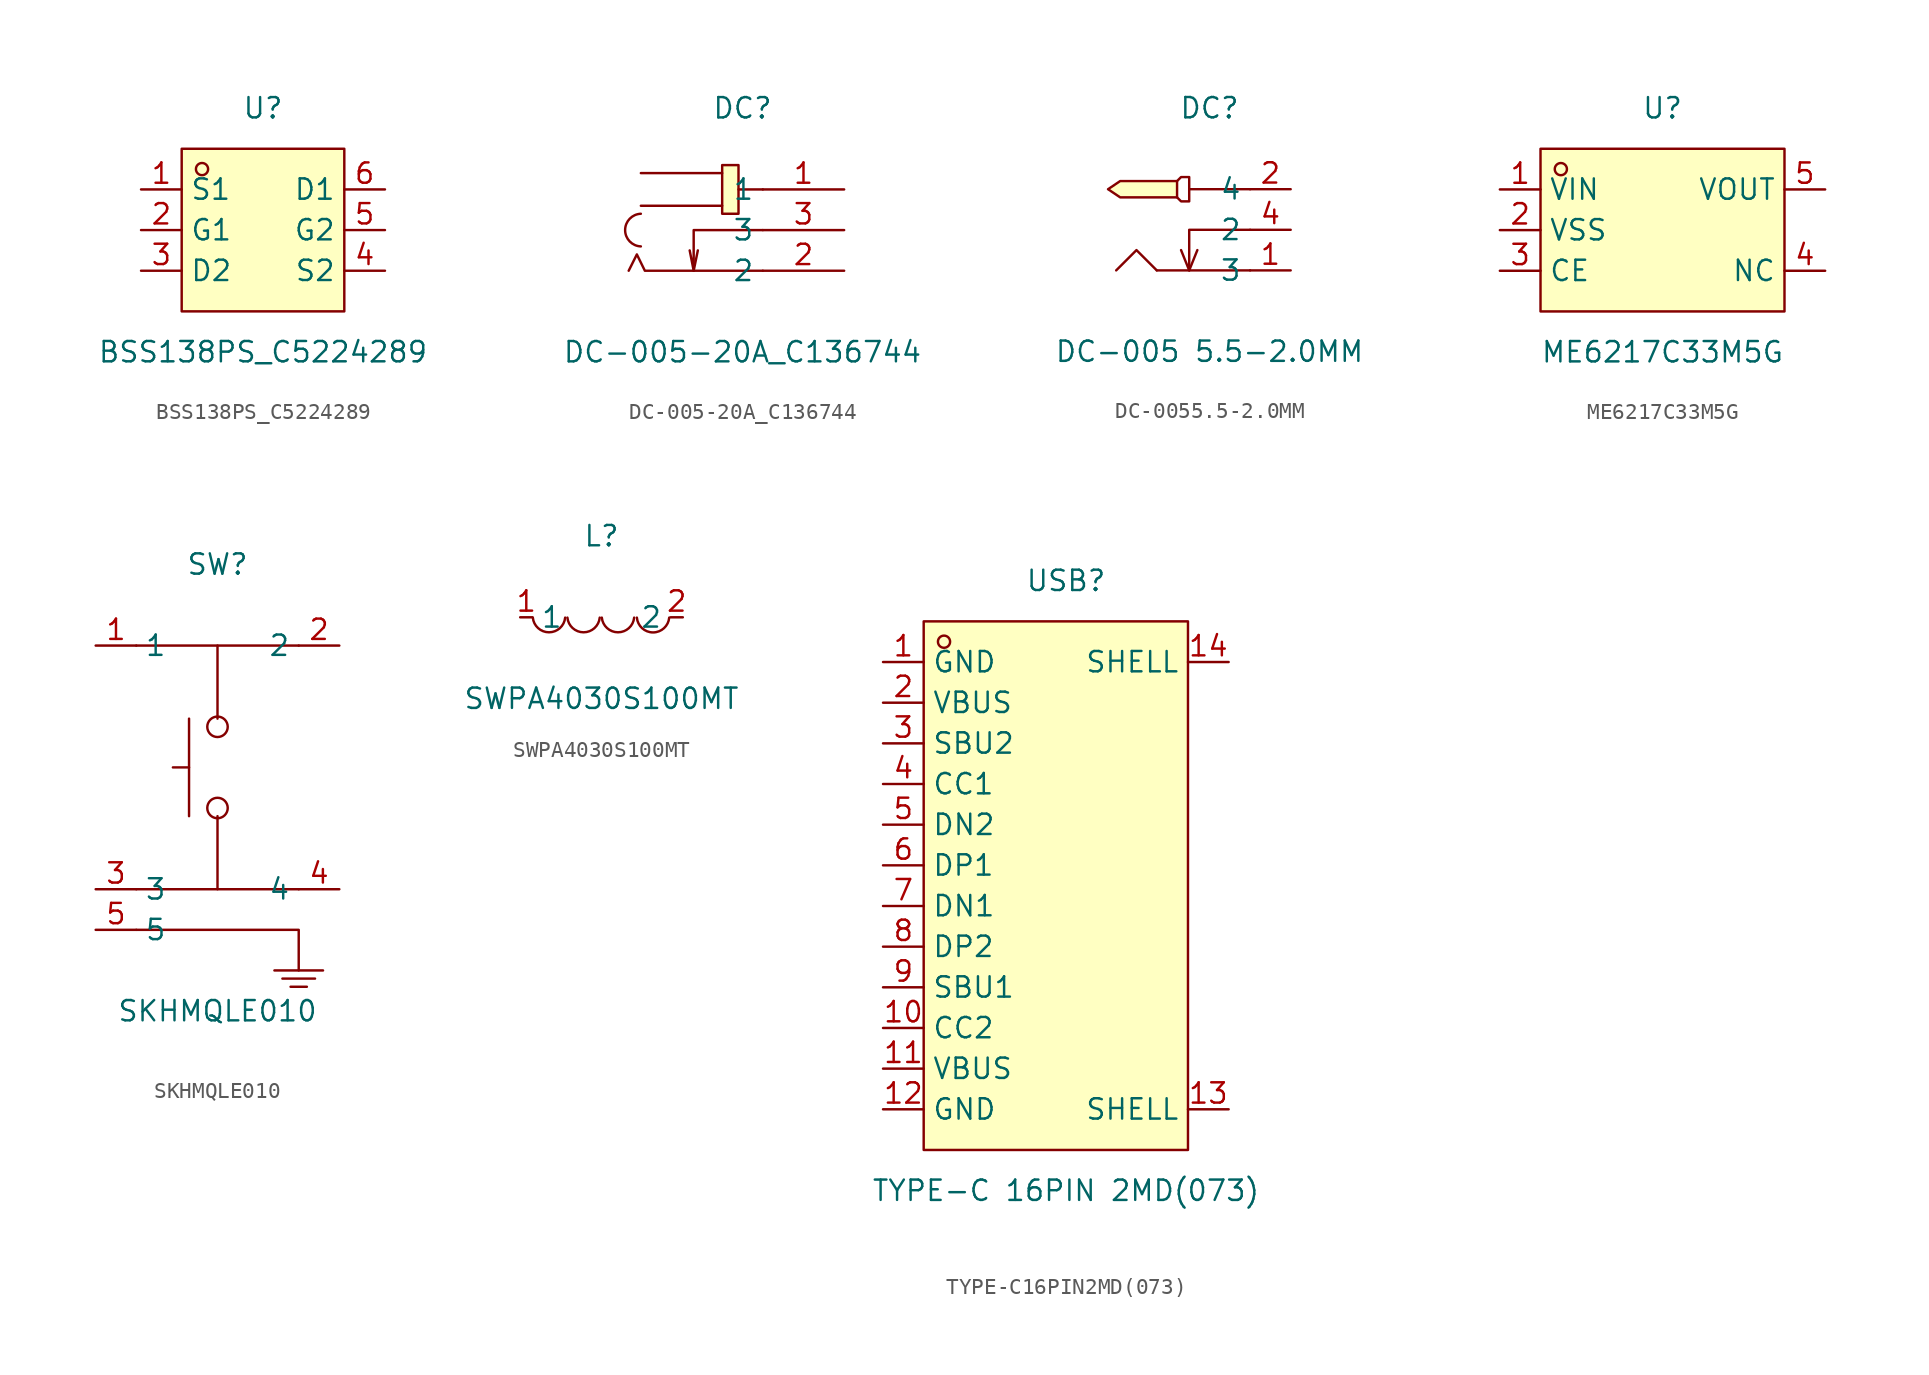
<source format=kicad_sym>
(kicad_symbol_lib
  (version 20211014)
  (generator https://github.com/uPesy/easyeda2kicad.py)
  (symbol "BSS138PS_C5224289"
    (property "Reference" "U"
      (at 0 7.62 0)
      (effects (font (size 1.27 1.27))))
    (property "Value" "BSS138PS_C5224289"
      (at 0 -7.62 0)
      (effects (font (size 1.27 1.27))))
    (symbol "BSS138PS_C5224289_0_1"
      (rectangle (start -5.08 5.08) (end 5.08 -5.08) (stroke (width 0) (type default) (color 0 0 0 0)) (fill (type background)))
      (circle (center -3.81 3.81) (radius 0.38) (stroke (width 0) (type default) (color 0 0 0 0)) (fill (type none)))
      (pin unspecified line (at -7.62 2.54 0) (length 2.54) (name "S1" (effects (font (size 1.27 1.27)))) (number "1" (effects (font (size 1.27 1.27)))))
      (pin unspecified line (at -7.62 -0.00 0) (length 2.54) (name "G1" (effects (font (size 1.27 1.27)))) (number "2" (effects (font (size 1.27 1.27)))))
      (pin unspecified line (at -7.62 -2.54 0) (length 2.54) (name "D2" (effects (font (size 1.27 1.27)))) (number "3" (effects (font (size 1.27 1.27)))))
      (pin unspecified line (at 7.62 -2.54 180) (length 2.54) (name "S2" (effects (font (size 1.27 1.27)))) (number "4" (effects (font (size 1.27 1.27)))))
      (pin unspecified line (at 7.62 -0.00 180) (length 2.54) (name "G2" (effects (font (size 1.27 1.27)))) (number "5" (effects (font (size 1.27 1.27)))))
      (pin unspecified line (at 7.62 2.54 180) (length 2.54) (name "D1" (effects (font (size 1.27 1.27)))) (number "6" (effects (font (size 1.27 1.27)))))))
  (symbol "DC-005-20A_C136744"
    (property "Reference" "DC"
      (at 0 6.35 0)
      (effects (font (size 1.27 1.27))))
    (property "Value" "DC-005-20A_C136744"
      (at 0 -8.89 0)
      (effects (font (size 1.27 1.27))))
    (symbol "DC-005-20A_C136744_0_1"
      (rectangle (start -1.27 2.79) (end -0.25 -0.25) (stroke (width 0) (type default) (color 0 0 0 0)) (fill (type background)))
      (arc (start -6.35 -0.25) (mid -6.14 -0.28) (end -6.35 -2.29) (stroke (width 0) (type default) (color 0 0 0 0)) (fill (type none)))
      (polyline (pts (xy 1.27 1.27) (xy -0.25 1.27)) (stroke (width 0) (type default) (color 0 0 0 0)) (fill (type none)))
      (polyline (pts (xy -1.27 2.29) (xy -6.35 2.29)) (stroke (width 0) (type default) (color 0 0 0 0)) (fill (type none)))
      (polyline (pts (xy -1.27 0.25) (xy -6.35 0.25)) (stroke (width 0) (type default) (color 0 0 0 0)) (fill (type none)))
      (polyline (pts (xy 1.27 -3.81) (xy -6.10 -3.81) (xy -6.60 -2.79) (xy -7.11 -3.81)) (stroke (width 0) (type default) (color 0 0 0 0)) (fill (type none)))
      (polyline (pts (xy 1.27 -1.27) (xy -3.05 -1.27) (xy -3.05 -3.81) (xy -3.30 -2.54)) (stroke (width 0) (type default) (color 0 0 0 0)) (fill (type none)))
      (polyline (pts (xy -3.05 -3.81) (xy -2.79 -2.54)) (stroke (width 0) (type default) (color 0 0 0 0)) (fill (type none)))
      (pin unspecified line (at 6.35 1.27 180) (length 5.08) (name "1" (effects (font (size 1.27 1.27)))) (number "1" (effects (font (size 1.27 1.27)))))
      (pin unspecified line (at 6.35 -3.81 180) (length 5.08) (name "2" (effects (font (size 1.27 1.27)))) (number "2" (effects (font (size 1.27 1.27)))))
      (pin unspecified line (at 6.35 -1.27 180) (length 5.08) (name "3" (effects (font (size 1.27 1.27)))) (number "3" (effects (font (size 1.27 1.27)))))))
  (symbol "DC-0055.5-2.0MM"
    (property "Reference" "DC"
      (at 0 7.62 0)
      (effects (font (size 1.27 1.27))))
    (property "Value" "DC-005 5.5-2.0MM"
      (at 0 -7.62 0)
      (effects (font (size 1.27 1.27))))
    (symbol "DC-0055.5-2.0MM_0_1"
      (polyline (pts (xy -1.27 2.54) (xy 2.54 2.54)) (stroke (width 0) (type default) (color 0 0 0 0)) (fill (type none)))
      (polyline (pts (xy -3.30 -2.54) (xy 2.54 -2.54)) (stroke (width 0) (type default) (color 0 0 0 0)) (fill (type none)))
      (polyline (pts (xy -3.30 -2.54) (xy -4.57 -1.27) (xy -5.84 -2.54) (xy -5.84 -2.54)) (stroke (width 0) (type default) (color 0 0 0 0)) (fill (type none)))
      (polyline (pts (xy -2.03 3.05) (xy -2.03 2.03) (xy -5.59 2.03) (xy -6.35 2.54) (xy -5.59 3.05) (xy -2.03 3.05)) (stroke (width 0) (type default) (color 0 0 0 0)) (fill (type background)))
      (polyline (pts (xy -2.03 3.05) (xy -1.78 3.30) (xy -1.27 3.30) (xy -1.27 1.78) (xy -1.78 1.78) (xy -2.03 2.03)) (stroke (width 0) (type default) (color 0 0 0 0)) (fill (type none)))
      (polyline (pts (xy 2.54 -0.00) (xy -1.27 -0.00) (xy -1.27 -2.54) (xy -1.78 -1.27)) (stroke (width 0) (type default) (color 0 0 0 0)) (fill (type none)))
      (polyline (pts (xy -1.27 -2.54) (xy -0.76 -1.27)) (stroke (width 0) (type default) (color 0 0 0 0)) (fill (type none)))
      (pin unspecified line (at 5.08 -2.54 180) (length 2.54) (name "3" (effects (font (size 1.27 1.27)))) (number "1" (effects (font (size 1.27 1.27)))))
      (pin unspecified line (at 5.08 2.54 180) (length 2.54) (name "4" (effects (font (size 1.27 1.27)))) (number "2" (effects (font (size 1.27 1.27)))))
      (pin unspecified line (at 5.08 -0.00 180) (length 2.54) (name "2" (effects (font (size 1.27 1.27)))) (number "4" (effects (font (size 1.27 1.27)))))))
  (symbol "ME6217C33M5G"
    (property "Reference" "U"
      (at 0 7.62 0)
      (effects (font (size 1.27 1.27))))
    (property "Value" "ME6217C33M5G"
      (at 0 -7.62 0)
      (effects (font (size 1.27 1.27))))
    (symbol "ME6217C33M5G_0_1"
      (rectangle (start -7.62 5.08) (end 7.62 -5.08) (stroke (width 0) (type default) (color 0 0 0 0)) (fill (type background)))
      (circle (center -6.35 3.81) (radius 0.38) (stroke (width 0) (type default) (color 0 0 0 0)) (fill (type none)))
      (pin unspecified line (at -10.16 2.54 0) (length 2.54) (name "VIN" (effects (font (size 1.27 1.27)))) (number "1" (effects (font (size 1.27 1.27)))))
      (pin unspecified line (at -10.16 -0.00 0) (length 2.54) (name "VSS" (effects (font (size 1.27 1.27)))) (number "2" (effects (font (size 1.27 1.27)))))
      (pin unspecified line (at -10.16 -2.54 0) (length 2.54) (name "CE" (effects (font (size 1.27 1.27)))) (number "3" (effects (font (size 1.27 1.27)))))
      (pin unspecified line (at 10.16 -2.54 180) (length 2.54) (name "NC" (effects (font (size 1.27 1.27)))) (number "4" (effects (font (size 1.27 1.27)))))
      (pin unspecified line (at 10.16 2.54 180) (length 2.54) (name "VOUT" (effects (font (size 1.27 1.27)))) (number "5" (effects (font (size 1.27 1.27)))))))
  (symbol "SKHMQLE010"
    (property "Reference" "SW"
      (at 0 13.97 0)
      (effects (font (size 1.27 1.27))))
    (property "Value" "SKHMQLE010"
      (at 0 -13.97 0)
      (effects (font (size 1.27 1.27))))
    (symbol "SKHMQLE010_0_1"
      (circle (center 0.00 3.81) (radius 0.64) (stroke (width 0) (type default) (color 0 0 0 0)) (fill (type none)))
      (circle (center 0.00 -1.27) (radius 0.64) (stroke (width 0) (type default) (color 0 0 0 0)) (fill (type none)))
      (polyline (pts (xy 0.00 4.32) (xy 0.00 8.89)) (stroke (width 0) (type default) (color 0 0 0 0)) (fill (type none)))
      (polyline (pts (xy 0.00 -1.78) (xy 0.00 -6.35)) (stroke (width 0) (type default) (color 0 0 0 0)) (fill (type none)))
      (polyline (pts (xy -5.08 -6.35) (xy 5.08 -6.35)) (stroke (width 0) (type default) (color 0 0 0 0)) (fill (type none)))
      (polyline (pts (xy -5.08 8.89) (xy 5.08 8.89)) (stroke (width 0) (type default) (color 0 0 0 0)) (fill (type none)))
      (polyline (pts (xy -1.78 4.32) (xy -1.78 -1.78)) (stroke (width 0) (type default) (color 0 0 0 0)) (fill (type none)))
      (polyline (pts (xy -2.79 1.27) (xy -1.78 1.27)) (stroke (width 0) (type default) (color 0 0 0 0)) (fill (type none)))
      (polyline (pts (xy -5.08 -8.89) (xy 5.08 -8.89) (xy 5.08 -11.43)) (stroke (width 0) (type default) (color 0 0 0 0)) (fill (type none)))
      (polyline (pts (xy 3.56 -11.43) (xy 6.60 -11.43)) (stroke (width 0) (type default) (color 0 0 0 0)) (fill (type none)))
      (polyline (pts (xy 4.06 -11.94) (xy 6.10 -11.94)) (stroke (width 0) (type default) (color 0 0 0 0)) (fill (type none)))
      (polyline (pts (xy 4.57 -12.45) (xy 5.59 -12.45)) (stroke (width 0) (type default) (color 0 0 0 0)) (fill (type none)))
      (pin unspecified line (at -7.62 8.89 0) (length 2.54) (name "1" (effects (font (size 1.27 1.27)))) (number "1" (effects (font (size 1.27 1.27)))))
      (pin unspecified line (at 7.62 8.89 180) (length 2.54) (name "2" (effects (font (size 1.27 1.27)))) (number "2" (effects (font (size 1.27 1.27)))))
      (pin unspecified line (at -7.62 -6.35 0) (length 2.54) (name "3" (effects (font (size 1.27 1.27)))) (number "3" (effects (font (size 1.27 1.27)))))
      (pin unspecified line (at 7.62 -6.35 180) (length 2.54) (name "4" (effects (font (size 1.27 1.27)))) (number "4" (effects (font (size 1.27 1.27)))))
      (pin unspecified line (at -7.62 -8.89 0) (length 2.54) (name "5" (effects (font (size 1.27 1.27)))) (number "5" (effects (font (size 1.27 1.27)))))))
  (symbol "SWPA4030S100MT"
    (property "Reference" "L"
      (at 0 5.08 0)
      (effects (font (size 1.27 1.27))))
    (property "Value" "SWPA4030S100MT"
      (at 0 -5.08 0)
      (effects (font (size 1.27 1.27))))
    (symbol "SWPA4030S100MT_0_1"
      (arc (start -4.29 -0.02) (mid -2.52 -0.79) (end -2.27 -0.02) (stroke (width 0) (type default) (color 0 0 0 0)) (fill (type none)))
      (arc (start -2.13 -0.02) (mid -0.36 -0.79) (end -0.11 -0.02) (stroke (width 0) (type default) (color 0 0 0 0)) (fill (type none)))
      (arc (start 0.02 -0.02) (mid 1.79 -0.79) (end 2.04 -0.02) (stroke (width 0) (type default) (color 0 0 0 0)) (fill (type none)))
      (arc (start 2.21 -0.02) (mid 3.30 -1.12) (end 4.23 -0.02) (stroke (width 0) (type default) (color 0 0 0 0)) (fill (type none)))
      (pin unspecified line (at 5.08 -0.00 180) (length 0.762) (name "2" (effects (font (size 1.27 1.27)))) (number "2" (effects (font (size 1.27 1.27)))))
      (pin unspecified line (at -5.08 -0.00 0) (length 0.762) (name "1" (effects (font (size 1.27 1.27)))) (number "1" (effects (font (size 1.27 1.27)))))))
  (symbol "TYPE-C16PIN2MD(073)"
    (property "Reference" "USB"
      (at 0 19.05 0)
      (effects (font (size 1.27 1.27))))
    (property "Value" "TYPE-C 16PIN 2MD(073)"
      (at 0 -19.05 0)
      (effects (font (size 1.27 1.27))))
    (symbol "TYPE-C16PIN2MD(073)_0_1"
      (rectangle (start -8.89 16.51) (end 7.62 -16.51) (stroke (width 0) (type default) (color 0 0 0 0)) (fill (type background)))
      (circle (center -7.62 15.24) (radius 0.38) (stroke (width 0) (type default) (color 0 0 0 0)) (fill (type none)))
      (pin unspecified line (at -11.43 13.97 0) (length 2.54) (name "GND" (effects (font (size 1.27 1.27)))) (number "1" (effects (font (size 1.27 1.27)))))
      (pin unspecified line (at -11.43 11.43 0) (length 2.54) (name "VBUS" (effects (font (size 1.27 1.27)))) (number "2" (effects (font (size 1.27 1.27)))))
      (pin unspecified line (at -11.43 8.89 0) (length 2.54) (name "SBU2" (effects (font (size 1.27 1.27)))) (number "3" (effects (font (size 1.27 1.27)))))
      (pin unspecified line (at -11.43 6.35 0) (length 2.54) (name "CC1" (effects (font (size 1.27 1.27)))) (number "4" (effects (font (size 1.27 1.27)))))
      (pin unspecified line (at -11.43 3.81 0) (length 2.54) (name "DN2" (effects (font (size 1.27 1.27)))) (number "5" (effects (font (size 1.27 1.27)))))
      (pin unspecified line (at -11.43 1.27 0) (length 2.54) (name "DP1" (effects (font (size 1.27 1.27)))) (number "6" (effects (font (size 1.27 1.27)))))
      (pin unspecified line (at -11.43 -1.27 0) (length 2.54) (name "DN1" (effects (font (size 1.27 1.27)))) (number "7" (effects (font (size 1.27 1.27)))))
      (pin unspecified line (at -11.43 -3.81 0) (length 2.54) (name "DP2" (effects (font (size 1.27 1.27)))) (number "8" (effects (font (size 1.27 1.27)))))
      (pin unspecified line (at -11.43 -6.35 0) (length 2.54) (name "SBU1" (effects (font (size 1.27 1.27)))) (number "9" (effects (font (size 1.27 1.27)))))
      (pin unspecified line (at -11.43 -8.89 0) (length 2.54) (name "CC2" (effects (font (size 1.27 1.27)))) (number "10" (effects (font (size 1.27 1.27)))))
      (pin unspecified line (at -11.43 -11.43 0) (length 2.54) (name "VBUS" (effects (font (size 1.27 1.27)))) (number "11" (effects (font (size 1.27 1.27)))))
      (pin unspecified line (at -11.43 -13.97 0) (length 2.54) (name "GND" (effects (font (size 1.27 1.27)))) (number "12" (effects (font (size 1.27 1.27)))))
      (pin unspecified line (at 10.16 -13.97 180) (length 2.54) (name "SHELL" (effects (font (size 1.27 1.27)))) (number "13" (effects (font (size 1.27 1.27)))))
      (pin unspecified line (at 10.16 13.97 180) (length 2.54) (name "SHELL" (effects (font (size 1.27 1.27)))) (number "14" (effects (font (size 1.27 1.27))))))))
</source>
